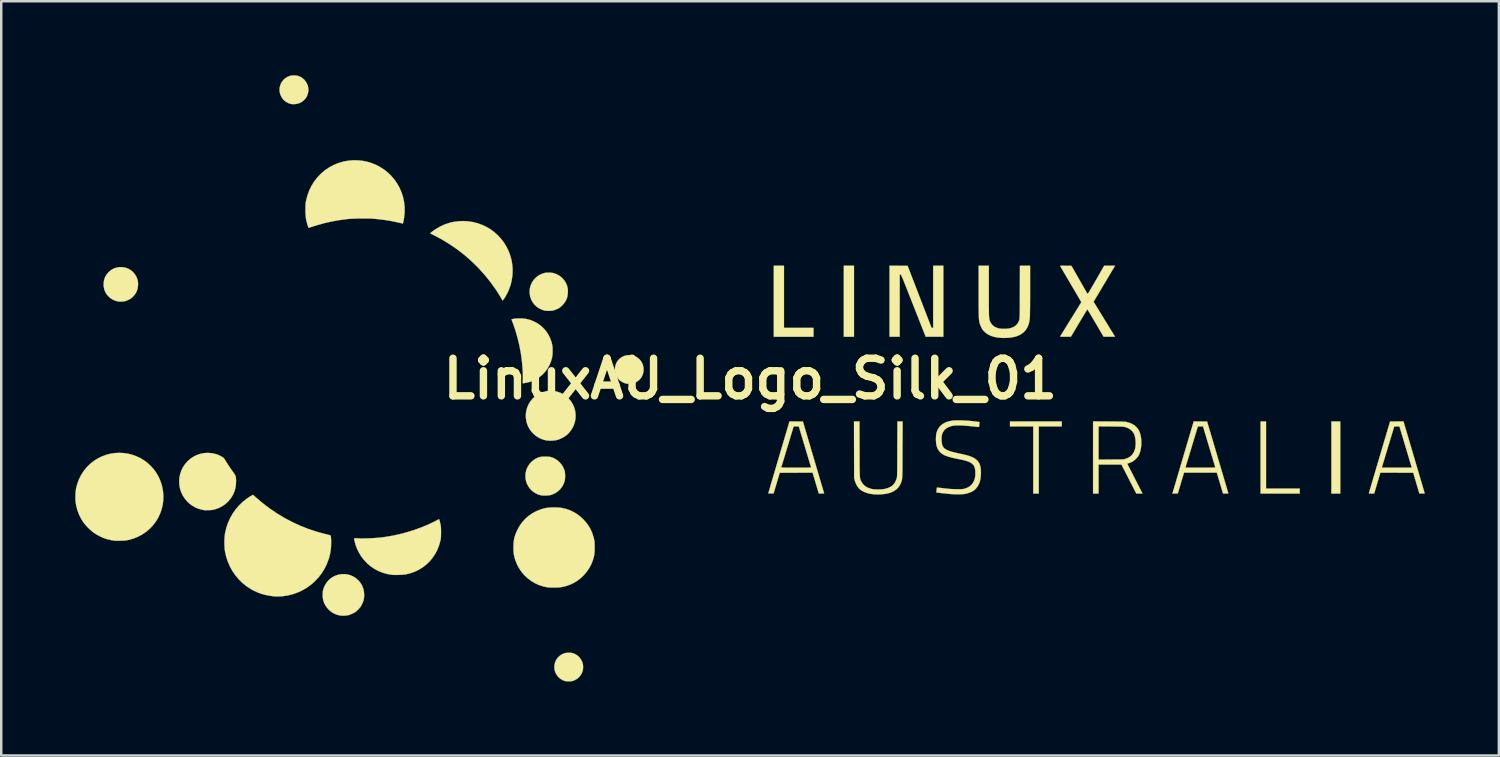
<source format=kicad_pcb>
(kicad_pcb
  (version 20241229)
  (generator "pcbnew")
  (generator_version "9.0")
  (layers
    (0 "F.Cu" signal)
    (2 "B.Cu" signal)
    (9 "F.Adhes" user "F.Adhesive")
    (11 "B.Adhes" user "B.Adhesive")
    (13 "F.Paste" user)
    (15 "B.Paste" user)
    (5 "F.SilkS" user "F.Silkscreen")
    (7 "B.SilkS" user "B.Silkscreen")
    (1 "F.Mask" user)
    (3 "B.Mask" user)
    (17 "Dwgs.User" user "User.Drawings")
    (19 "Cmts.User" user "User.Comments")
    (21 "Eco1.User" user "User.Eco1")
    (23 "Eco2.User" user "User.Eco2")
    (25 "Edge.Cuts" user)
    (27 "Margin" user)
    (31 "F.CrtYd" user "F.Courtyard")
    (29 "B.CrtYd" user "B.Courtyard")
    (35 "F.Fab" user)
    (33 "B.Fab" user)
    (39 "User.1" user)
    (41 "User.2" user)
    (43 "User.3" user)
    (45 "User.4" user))
  (footprint "LinuxAU_Logo_Silk_01"
    (layer "F.Cu")
    (at 27.352 12.301)
    (property "Reference" "LinuxAU_Logo_Silk_01" (at 0 0 0) (layer "F.SilkS") (effects (font (size 1.524 1.524) (thickness 0.3))))
    (attr through_hole)
    (fp_poly (pts (xy 4.203 -1.705) (xy 3.79 -1.705) (xy 3.79 -4.584) (xy 4.203 -4.584) (xy 4.203 -1.705)) (stroke (width 0.01) (type solid)) (fill yes) (layer "F.SilkS"))
    (fp_poly (pts (xy 23.907 4.648) (xy 23.547 4.648) (xy 23.547 1.726) (xy 23.907 1.726) (xy 23.907 4.648)) (stroke (width 0.01) (type solid)) (fill yes) (layer "F.SilkS"))
    (fp_poly (pts (xy 1.366 -2.065) (xy 2.562 -2.065) (xy 2.562 -1.705) (xy 0.953 -1.705) (xy 0.953 -4.584) (xy 1.366 -4.584) (xy 1.366 -2.065)) (stroke (width 0.01) (type solid)) (fill yes) (layer "F.SilkS"))
    (fp_poly (pts (xy 20.9 4.447) (xy 22.266 4.447) (xy 22.266 4.648) (xy 20.678 4.648) (xy 20.678 1.726) (xy 20.9 1.726) (xy 20.9 4.447)) (stroke (width 0.01) (type solid)) (fill yes) (layer "F.SilkS"))
    (fp_poly (pts (xy 12.621 1.927) (xy 11.689 1.927) (xy 11.689 4.648) (xy 11.467 4.648) (xy 11.467 1.927) (xy 10.524 1.927) (xy 10.524 1.726) (xy 12.621 1.726) (xy 12.621 1.927)) (stroke (width 0.01) (type solid)) (fill yes) (layer "F.SilkS"))
    (fp_poly (pts (xy 6.376 -4.579) (xy 6.86 -3.325) (xy 7.344 -2.07) (xy 7.378 -2.067) (xy 7.411 -2.063) (xy 7.411 -4.584) (xy 7.824 -4.584) (xy 7.824 -1.705) (xy 7.109 -1.705) (xy 6.612 -2.965) (xy 6.54 -3.148) (xy 6.475 -3.312) (xy 6.417 -3.459) (xy 6.366 -3.59) (xy 6.32 -3.704) (xy 6.281 -3.804) (xy 6.246 -3.89) (xy 6.217 -3.964) (xy 6.191 -4.026) (xy 6.17 -4.077) (xy 6.152 -4.118) (xy 6.138 -4.151) (xy 6.126 -4.177) (xy 6.116 -4.195) (xy 6.109 -4.208) (xy 6.103 -4.217) (xy 6.097 -4.222) (xy 6.093 -4.224) (xy 6.088 -4.224) (xy 6.086 -4.225) (xy 6.056 -4.225) (xy 6.056 -1.705) (xy 5.643 -1.705) (xy 5.643 -4.585) (xy 6.376 -4.579)) (stroke (width 0.01) (type solid)) (fill yes) (layer "F.SilkS"))
    (fp_poly (pts (xy -4.805 -0.954) (xy -4.701 -0.927) (xy -4.626 -0.894) (xy -4.538 -0.836) (xy -4.464 -0.764) (xy -4.404 -0.682) (xy -4.36 -0.59) (xy -4.333 -0.493) (xy -4.322 -0.392) (xy -4.328 -0.289) (xy -4.352 -0.188) (xy -4.394 -0.091) (xy -4.419 -0.05) (xy -4.484 0.029) (xy -4.563 0.096) (xy -4.653 0.15) (xy -4.749 0.185) (xy -4.749 0.185) (xy -4.807 0.195) (xy -4.876 0.2) (xy -4.948 0.199) (xy -5.014 0.193) (xy -5.069 0.182) (xy -5.072 0.181) (xy -5.176 0.137) (xy -5.269 0.078) (xy -5.347 0.004) (xy -5.396 -0.06) (xy -5.443 -0.151) (xy -5.472 -0.252) (xy -5.485 -0.357) (xy -5.48 -0.462) (xy -5.458 -0.564) (xy -5.42 -0.656) (xy -5.361 -0.746) (xy -5.288 -0.822) (xy -5.204 -0.882) (xy -5.111 -0.926) (xy -5.012 -0.953) (xy -4.909 -0.963) (xy -4.805 -0.954)) (stroke (width 0.01) (type solid)) (fill yes) (layer "F.SilkS"))
    (fp_poly (pts (xy -7.235 11.106) (xy -7.21 11.112) (xy -7.107 11.149) (xy -7.015 11.204) (xy -6.934 11.275) (xy -6.867 11.36) (xy -6.815 11.457) (xy -6.792 11.524) (xy -6.78 11.583) (xy -6.774 11.654) (xy -6.775 11.728) (xy -6.782 11.795) (xy -6.787 11.817) (xy -6.821 11.916) (xy -6.873 12.008) (xy -6.94 12.089) (xy -7.021 12.157) (xy -7.113 12.211) (xy -7.207 12.245) (xy -7.26 12.254) (xy -7.324 12.259) (xy -7.393 12.259) (xy -7.457 12.254) (xy -7.509 12.245) (xy -7.511 12.244) (xy -7.61 12.207) (xy -7.7 12.151) (xy -7.78 12.08) (xy -7.846 11.997) (xy -7.896 11.903) (xy -7.925 11.815) (xy -7.94 11.706) (xy -7.935 11.6) (xy -7.912 11.497) (xy -7.871 11.401) (xy -7.813 11.314) (xy -7.74 11.238) (xy -7.654 11.175) (xy -7.562 11.131) (xy -7.488 11.11) (xy -7.403 11.099) (xy -7.316 11.097) (xy -7.235 11.106)) (stroke (width 0.01) (type solid)) (fill yes) (layer "F.SilkS"))
    (fp_poly (pts (xy -18.431 -12.293) (xy -18.359 -12.284) (xy -18.333 -12.277) (xy -18.23 -12.237) (xy -18.139 -12.18) (xy -18.06 -12.108) (xy -17.996 -12.023) (xy -17.947 -11.929) (xy -17.916 -11.826) (xy -17.904 -11.717) (xy -17.904 -11.709) (xy -17.909 -11.648) (xy -17.923 -11.579) (xy -17.943 -11.509) (xy -17.967 -11.447) (xy -17.975 -11.432) (xy -17.998 -11.396) (xy -18.029 -11.354) (xy -18.06 -11.317) (xy -18.142 -11.243) (xy -18.231 -11.188) (xy -18.329 -11.152) (xy -18.437 -11.134) (xy -18.465 -11.132) (xy -18.515 -11.132) (xy -18.561 -11.133) (xy -18.598 -11.136) (xy -18.608 -11.138) (xy -18.71 -11.17) (xy -18.806 -11.22) (xy -18.891 -11.285) (xy -18.935 -11.33) (xy -18.976 -11.387) (xy -19.014 -11.457) (xy -19.045 -11.533) (xy -19.066 -11.605) (xy -19.069 -11.624) (xy -19.076 -11.733) (xy -19.062 -11.839) (xy -19.031 -11.939) (xy -18.982 -12.031) (xy -18.918 -12.113) (xy -18.839 -12.183) (xy -18.748 -12.239) (xy -18.65 -12.277) (xy -18.585 -12.29) (xy -18.509 -12.296) (xy -18.431 -12.293)) (stroke (width 0.01) (type solid)) (fill yes) (layer "F.SilkS"))
    (fp_poly (pts (xy -25.43 -4.526) (xy -25.317 -4.504) (xy -25.21 -4.464) (xy -25.111 -4.408) (xy -25.022 -4.337) (xy -24.946 -4.252) (xy -24.885 -4.155) (xy -24.839 -4.048) (xy -24.822 -3.986) (xy -24.812 -3.927) (xy -24.808 -3.866) (xy -24.809 -3.792) (xy -24.809 -3.792) (xy -24.823 -3.676) (xy -24.852 -3.571) (xy -24.899 -3.475) (xy -24.965 -3.383) (xy -25.016 -3.328) (xy -25.064 -3.283) (xy -25.108 -3.25) (xy -25.158 -3.221) (xy -25.191 -3.204) (xy -25.238 -3.183) (xy -25.284 -3.164) (xy -25.322 -3.151) (xy -25.336 -3.147) (xy -25.401 -3.136) (xy -25.475 -3.13) (xy -25.549 -3.13) (xy -25.609 -3.135) (xy -25.726 -3.163) (xy -25.836 -3.211) (xy -25.938 -3.277) (xy -26.003 -3.336) (xy -26.08 -3.425) (xy -26.138 -3.521) (xy -26.177 -3.625) (xy -26.198 -3.739) (xy -26.202 -3.792) (xy -26.199 -3.917) (xy -26.177 -4.032) (xy -26.137 -4.138) (xy -26.077 -4.236) (xy -26.004 -4.32) (xy -25.912 -4.4) (xy -25.812 -4.461) (xy -25.703 -4.502) (xy -25.584 -4.525) (xy -25.548 -4.528) (xy -25.43 -4.526)) (stroke (width 0.01) (type solid)) (fill yes) (layer "F.SilkS"))
    (fp_poly (pts (xy -7.956 0.496) (xy -7.861 0.511) (xy -7.83 0.519) (xy -7.694 0.565) (xy -7.567 0.63) (xy -7.452 0.711) (xy -7.348 0.808) (xy -7.259 0.919) (xy -7.185 1.041) (xy -7.13 1.174) (xy -7.093 1.312) (xy -7.077 1.452) (xy -7.08 1.592) (xy -7.103 1.73) (xy -7.144 1.863) (xy -7.203 1.989) (xy -7.279 2.107) (xy -7.372 2.215) (xy -7.459 2.293) (xy -7.526 2.34) (xy -7.607 2.386) (xy -7.693 2.428) (xy -7.778 2.462) (xy -7.83 2.478) (xy -7.9 2.492) (xy -7.983 2.501) (xy -8.072 2.506) (xy -8.159 2.505) (xy -8.237 2.499) (xy -8.27 2.494) (xy -8.409 2.457) (xy -8.54 2.402) (xy -8.66 2.33) (xy -8.769 2.244) (xy -8.865 2.143) (xy -8.947 2.03) (xy -9.012 1.907) (xy -9.059 1.775) (xy -9.075 1.71) (xy -9.094 1.566) (xy -9.094 1.424) (xy -9.075 1.287) (xy -9.037 1.155) (xy -8.983 1.031) (xy -8.912 0.915) (xy -8.827 0.81) (xy -8.728 0.717) (xy -8.617 0.638) (xy -8.493 0.573) (xy -8.359 0.525) (xy -8.255 0.502) (xy -8.162 0.491) (xy -8.06 0.49) (xy -7.956 0.496)) (stroke (width 0.01) (type solid)) (fill yes) (layer "F.SilkS"))
    (fp_poly (pts (xy -8.217 3.152) (xy -8.142 3.159) (xy -8.077 3.171) (xy -8.014 3.191) (xy -7.949 3.22) (xy -7.931 3.229) (xy -7.827 3.293) (xy -7.734 3.374) (xy -7.652 3.468) (xy -7.586 3.574) (xy -7.536 3.689) (xy -7.521 3.737) (xy -7.51 3.795) (xy -7.504 3.866) (xy -7.502 3.944) (xy -7.505 4.022) (xy -7.512 4.091) (xy -7.521 4.14) (xy -7.565 4.262) (xy -7.626 4.374) (xy -7.704 4.474) (xy -7.797 4.56) (xy -7.903 4.632) (xy -8.022 4.687) (xy -8.063 4.701) (xy -8.118 4.714) (xy -8.187 4.723) (xy -8.264 4.729) (xy -8.342 4.73) (xy -8.415 4.727) (xy -8.476 4.72) (xy -8.488 4.718) (xy -8.612 4.679) (xy -8.726 4.622) (xy -8.83 4.549) (xy -8.92 4.46) (xy -8.983 4.375) (xy -9.044 4.262) (xy -9.086 4.144) (xy -9.108 4.024) (xy -9.112 3.904) (xy -9.098 3.785) (xy -9.066 3.67) (xy -9.017 3.561) (xy -8.952 3.459) (xy -8.871 3.367) (xy -8.775 3.287) (xy -8.693 3.236) (xy -8.626 3.203) (xy -8.563 3.179) (xy -8.499 3.163) (xy -8.427 3.154) (xy -8.343 3.15) (xy -8.306 3.15) (xy -8.217 3.152)) (stroke (width 0.01) (type solid)) (fill yes) (layer "F.SilkS"))
    (fp_poly (pts (xy -8.088 -4.301) (xy -8.015 -4.293) (xy -7.949 -4.278) (xy -7.882 -4.254) (xy -7.819 -4.226) (xy -7.712 -4.163) (xy -7.617 -4.084) (xy -7.535 -3.989) (xy -7.469 -3.879) (xy -7.464 -3.87) (xy -7.43 -3.792) (xy -7.408 -3.716) (xy -7.395 -3.636) (xy -7.39 -3.545) (xy -7.39 -3.53) (xy -7.398 -3.405) (xy -7.422 -3.291) (xy -7.463 -3.187) (xy -7.523 -3.089) (xy -7.602 -2.995) (xy -7.618 -2.979) (xy -7.664 -2.935) (xy -7.701 -2.902) (xy -7.737 -2.876) (xy -7.776 -2.854) (xy -7.815 -2.834) (xy -7.867 -2.811) (xy -7.922 -2.79) (xy -7.972 -2.774) (xy -7.991 -2.77) (xy -8.059 -2.759) (xy -8.14 -2.755) (xy -8.223 -2.755) (xy -8.301 -2.762) (xy -8.343 -2.769) (xy -8.402 -2.787) (xy -8.47 -2.814) (xy -8.54 -2.849) (xy -8.605 -2.887) (xy -8.658 -2.925) (xy -8.659 -2.926) (xy -8.749 -3.013) (xy -8.822 -3.111) (xy -8.878 -3.217) (xy -8.917 -3.329) (xy -8.938 -3.445) (xy -8.942 -3.562) (xy -8.928 -3.679) (xy -8.896 -3.793) (xy -8.847 -3.902) (xy -8.779 -4.004) (xy -8.719 -4.072) (xy -8.643 -4.141) (xy -8.566 -4.196) (xy -8.481 -4.239) (xy -8.402 -4.27) (xy -8.359 -4.284) (xy -8.323 -4.293) (xy -8.287 -4.299) (xy -8.246 -4.302) (xy -8.192 -4.303) (xy -8.174 -4.303) (xy -8.088 -4.301)) (stroke (width 0.01) (type solid)) (fill yes) (layer "F.SilkS"))
    (fp_poly (pts (xy -16.328 7.925) (xy -16.21 7.956) (xy -16.098 8.004) (xy -15.991 8.07) (xy -15.892 8.154) (xy -15.886 8.159) (xy -15.8 8.261) (xy -15.732 8.371) (xy -15.684 8.49) (xy -15.655 8.618) (xy -15.646 8.754) (xy -15.646 8.756) (xy -15.649 8.844) (xy -15.658 8.92) (xy -15.676 8.993) (xy -15.705 9.069) (xy -15.736 9.137) (xy -15.761 9.186) (xy -15.784 9.226) (xy -15.808 9.26) (xy -15.839 9.296) (xy -15.881 9.339) (xy -15.892 9.35) (xy -15.937 9.394) (xy -15.973 9.427) (xy -16.006 9.452) (xy -16.042 9.474) (xy -16.087 9.497) (xy -16.104 9.506) (xy -16.157 9.529) (xy -16.21 9.551) (xy -16.258 9.568) (xy -16.284 9.575) (xy -16.361 9.589) (xy -16.448 9.596) (xy -16.534 9.597) (xy -16.605 9.592) (xy -16.732 9.564) (xy -16.851 9.517) (xy -16.963 9.453) (xy -17.063 9.372) (xy -17.15 9.278) (xy -17.222 9.171) (xy -17.247 9.123) (xy -17.28 9.047) (xy -17.303 8.977) (xy -17.317 8.907) (xy -17.325 8.829) (xy -17.326 8.751) (xy -17.324 8.666) (xy -17.317 8.596) (xy -17.303 8.532) (xy -17.281 8.467) (xy -17.25 8.396) (xy -17.242 8.38) (xy -17.177 8.269) (xy -17.098 8.172) (xy -17.007 8.089) (xy -16.907 8.022) (xy -16.798 7.971) (xy -16.684 7.935) (xy -16.566 7.915) (xy -16.447 7.912) (xy -16.328 7.925)) (stroke (width 0.01) (type solid)) (fill yes) (layer "F.SilkS"))
    (fp_poly (pts (xy -9.24 -2.445) (xy -9.151 -2.438) (xy -9.074 -2.427) (xy -9.066 -2.425) (xy -8.903 -2.382) (xy -8.751 -2.319) (xy -8.609 -2.24) (xy -8.479 -2.145) (xy -8.362 -2.035) (xy -8.259 -1.912) (xy -8.172 -1.776) (xy -8.101 -1.628) (xy -8.047 -1.47) (xy -8.024 -1.371) (xy -8.016 -1.31) (xy -8.011 -1.235) (xy -8.009 -1.15) (xy -8.011 -1.063) (xy -8.016 -0.979) (xy -8.024 -0.905) (xy -8.033 -0.852) (xy -8.081 -0.69) (xy -8.147 -0.538) (xy -8.229 -0.397) (xy -8.327 -0.269) (xy -8.439 -0.154) (xy -8.565 -0.054) (xy -8.703 0.029) (xy -8.853 0.096) (xy -8.912 0.117) (xy -8.956 0.129) (xy -9.009 0.143) (xy -9.066 0.155) (xy -9.122 0.167) (xy -9.17 0.175) (xy -9.206 0.18) (xy -9.215 0.18) (xy -9.217 0.17) (xy -9.219 0.143) (xy -9.218 0.103) (xy -9.217 0.053) (xy -9.216 0.045) (xy -9.214 -0.057) (xy -9.215 -0.176) (xy -9.221 -0.308) (xy -9.23 -0.45) (xy -9.242 -0.597) (xy -9.258 -0.746) (xy -9.276 -0.893) (xy -9.297 -1.035) (xy -9.307 -1.096) (xy -9.349 -1.319) (xy -9.402 -1.547) (xy -9.462 -1.777) (xy -9.529 -2) (xy -9.602 -2.212) (xy -9.644 -2.323) (xy -9.658 -2.362) (xy -9.669 -2.392) (xy -9.673 -2.409) (xy -9.673 -2.411) (xy -9.662 -2.415) (xy -9.635 -2.421) (xy -9.598 -2.429) (xy -9.586 -2.431) (xy -9.514 -2.441) (xy -9.429 -2.447) (xy -9.335 -2.448) (xy -9.24 -2.445)) (stroke (width 0.01) (type solid)) (fill yes) (layer "F.SilkS"))
    (fp_poly (pts (xy -11.434 -6.383) (xy -11.244 -6.354) (xy -11.057 -6.307) (xy -10.875 -6.243) (xy -10.7 -6.161) (xy -10.532 -6.063) (xy -10.374 -5.947) (xy -10.226 -5.814) (xy -10.104 -5.682) (xy -9.98 -5.518) (xy -9.874 -5.345) (xy -9.787 -5.163) (xy -9.719 -4.975) (xy -9.669 -4.783) (xy -9.639 -4.586) (xy -9.629 -4.387) (xy -9.638 -4.188) (xy -9.667 -3.989) (xy -9.716 -3.792) (xy -9.783 -3.605) (xy -9.809 -3.547) (xy -9.839 -3.485) (xy -9.872 -3.422) (xy -9.907 -3.36) (xy -9.94 -3.303) (xy -9.972 -3.253) (xy -10 -3.214) (xy -10.022 -3.187) (xy -10.036 -3.176) (xy -10.037 -3.176) (xy -10.047 -3.183) (xy -10.048 -3.186) (xy -10.053 -3.199) (xy -10.068 -3.227) (xy -10.092 -3.267) (xy -10.121 -3.317) (xy -10.155 -3.373) (xy -10.192 -3.432) (xy -10.229 -3.492) (xy -10.266 -3.55) (xy -10.301 -3.603) (xy -10.32 -3.632) (xy -10.54 -3.937) (xy -10.776 -4.227) (xy -11.027 -4.504) (xy -11.293 -4.765) (xy -11.551 -4.993) (xy -11.732 -5.138) (xy -11.927 -5.282) (xy -12.131 -5.421) (xy -12.339 -5.554) (xy -12.547 -5.676) (xy -12.75 -5.784) (xy -12.813 -5.816) (xy -12.865 -5.842) (xy -12.91 -5.865) (xy -12.943 -5.883) (xy -12.963 -5.895) (xy -12.967 -5.899) (xy -12.956 -5.911) (xy -12.932 -5.933) (xy -12.896 -5.961) (xy -12.852 -5.994) (xy -12.803 -6.029) (xy -12.753 -6.063) (xy -12.74 -6.071) (xy -12.567 -6.172) (xy -12.386 -6.255) (xy -12.201 -6.318) (xy -12.011 -6.362) (xy -11.82 -6.387) (xy -11.627 -6.394) (xy -11.434 -6.383)) (stroke (width 0.01) (type solid)) (fill yes) (layer "F.SilkS"))
    (fp_poly (pts (xy -21.832 3.011) (xy -21.681 3.043) (xy -21.614 3.063) (xy -21.567 3.08) (xy -21.527 3.097) (xy -21.486 3.116) (xy -21.44 3.141) (xy -21.4 3.164) (xy -21.366 3.185) (xy -21.341 3.205) (xy -21.319 3.23) (xy -21.295 3.266) (xy -21.279 3.293) (xy -21.231 3.37) (xy -21.176 3.457) (xy -21.116 3.547) (xy -21.057 3.636) (xy -21 3.717) (xy -20.951 3.785) (xy -20.947 3.79) (xy -20.909 3.844) (xy -20.88 3.89) (xy -20.86 3.934) (xy -20.848 3.98) (xy -20.841 4.033) (xy -20.837 4.099) (xy -20.837 4.157) (xy -20.843 4.295) (xy -20.862 4.422) (xy -20.895 4.542) (xy -20.945 4.661) (xy -20.97 4.712) (xy -21.051 4.842) (xy -21.148 4.96) (xy -21.259 5.064) (xy -21.383 5.153) (xy -21.518 5.225) (xy -21.662 5.279) (xy -21.703 5.29) (xy -21.755 5.303) (xy -21.806 5.311) (xy -21.861 5.317) (xy -21.928 5.32) (xy -21.959 5.321) (xy -22.015 5.322) (xy -22.066 5.322) (xy -22.105 5.322) (xy -22.13 5.32) (xy -22.134 5.32) (xy -22.156 5.315) (xy -22.19 5.308) (xy -22.213 5.304) (xy -22.353 5.266) (xy -22.489 5.21) (xy -22.618 5.135) (xy -22.738 5.045) (xy -22.816 4.97) (xy -22.916 4.851) (xy -22.998 4.724) (xy -23.061 4.589) (xy -23.107 4.449) (xy -23.134 4.306) (xy -23.142 4.16) (xy -23.133 4.015) (xy -23.105 3.872) (xy -23.06 3.732) (xy -22.996 3.598) (xy -22.914 3.471) (xy -22.814 3.352) (xy -22.8 3.339) (xy -22.683 3.236) (xy -22.556 3.151) (xy -22.421 3.085) (xy -22.279 3.037) (xy -22.133 3.009) (xy -21.983 3) (xy -21.832 3.011)) (stroke (width 0.01) (type solid)) (fill yes) (layer "F.SilkS"))
    (fp_poly (pts (xy -12.6 5.71) (xy -12.594 5.73) (xy -12.585 5.765) (xy -12.573 5.811) (xy -12.561 5.861) (xy -12.551 5.905) (xy -12.543 5.942) (xy -12.538 5.978) (xy -12.535 6.015) (xy -12.533 6.06) (xy -12.532 6.115) (xy -12.531 6.186) (xy -12.531 6.215) (xy -12.532 6.296) (xy -12.533 6.361) (xy -12.535 6.412) (xy -12.539 6.456) (xy -12.544 6.495) (xy -12.552 6.534) (xy -12.555 6.549) (xy -12.606 6.737) (xy -12.675 6.915) (xy -12.761 7.083) (xy -12.863 7.238) (xy -12.98 7.381) (xy -13.111 7.511) (xy -13.254 7.625) (xy -13.41 7.724) (xy -13.577 7.807) (xy -13.753 7.872) (xy -13.939 7.918) (xy -13.981 7.926) (xy -14.037 7.933) (xy -14.109 7.939) (xy -14.19 7.943) (xy -14.276 7.946) (xy -14.359 7.947) (xy -14.435 7.946) (xy -14.499 7.943) (xy -14.52 7.941) (xy -14.709 7.909) (xy -14.892 7.857) (xy -15.066 7.787) (xy -15.23 7.7) (xy -15.384 7.596) (xy -15.525 7.476) (xy -15.654 7.34) (xy -15.767 7.191) (xy -15.865 7.028) (xy -15.876 7.009) (xy -15.936 6.88) (xy -15.986 6.749) (xy -16.023 6.621) (xy -16.034 6.573) (xy -16.045 6.522) (xy -16.05 6.488) (xy -16.047 6.468) (xy -16.034 6.458) (xy -16.006 6.456) (xy -15.962 6.459) (xy -15.927 6.462) (xy -15.814 6.467) (xy -15.685 6.468) (xy -15.544 6.466) (xy -15.395 6.46) (xy -15.242 6.452) (xy -15.089 6.44) (xy -14.94 6.425) (xy -14.801 6.407) (xy -14.786 6.405) (xy -14.493 6.356) (xy -14.197 6.291) (xy -13.903 6.213) (xy -13.612 6.122) (xy -13.329 6.02) (xy -13.058 5.908) (xy -12.802 5.786) (xy -12.718 5.742) (xy -12.61 5.684) (xy -12.6 5.71)) (stroke (width 0.01) (type solid)) (fill yes) (layer "F.SilkS"))
    (fp_poly (pts (xy -20.034 4.803) (xy -19.763 5.034) (xy -19.479 5.25) (xy -19.183 5.451) (xy -18.876 5.636) (xy -18.561 5.803) (xy -18.238 5.952) (xy -17.909 6.082) (xy -17.576 6.193) (xy -17.256 6.279) (xy -17.189 6.296) (xy -17.129 6.311) (xy -17.078 6.324) (xy -17.04 6.334) (xy -17.018 6.34) (xy -17.015 6.342) (xy -17.005 6.352) (xy -16.997 6.374) (xy -16.992 6.409) (xy -16.988 6.46) (xy -16.985 6.527) (xy -16.984 6.613) (xy -16.984 6.628) (xy -16.987 6.793) (xy -17.001 6.946) (xy -17.027 7.093) (xy -17.064 7.239) (xy -17.09 7.321) (xy -17.166 7.52) (xy -17.261 7.709) (xy -17.372 7.885) (xy -17.499 8.049) (xy -17.64 8.2) (xy -17.794 8.336) (xy -17.96 8.457) (xy -18.138 8.563) (xy -18.326 8.651) (xy -18.523 8.722) (xy -18.728 8.774) (xy -18.94 8.807) (xy -18.951 8.808) (xy -19.012 8.813) (xy -19.083 8.816) (xy -19.156 8.818) (xy -19.224 8.817) (xy -19.282 8.815) (xy -19.307 8.813) (xy -19.495 8.786) (xy -19.667 8.751) (xy -19.827 8.706) (xy -19.978 8.649) (xy -20.126 8.581) (xy -20.239 8.518) (xy -20.416 8.402) (xy -20.579 8.27) (xy -20.729 8.123) (xy -20.864 7.962) (xy -20.982 7.79) (xy -21.085 7.606) (xy -21.169 7.412) (xy -21.236 7.21) (xy -21.283 7.004) (xy -21.297 6.902) (xy -21.305 6.787) (xy -21.309 6.663) (xy -21.308 6.538) (xy -21.301 6.418) (xy -21.29 6.309) (xy -21.283 6.263) (xy -21.235 6.051) (xy -21.167 5.847) (xy -21.082 5.653) (xy -20.978 5.469) (xy -20.858 5.296) (xy -20.721 5.135) (xy -20.569 4.988) (xy -20.401 4.855) (xy -20.327 4.804) (xy -20.283 4.776) (xy -20.24 4.75) (xy -20.205 4.73) (xy -20.193 4.723) (xy -20.148 4.7) (xy -20.034 4.803)) (stroke (width 0.01) (type solid)) (fill yes) (layer "F.SilkS"))
    (fp_poly (pts (xy -25.387 3.008) (xy -25.205 3.035) (xy -25.027 3.082) (xy -24.852 3.147) (xy -24.682 3.231) (xy -24.521 3.333) (xy -24.448 3.39) (xy -24.369 3.46) (xy -24.289 3.537) (xy -24.214 3.617) (xy -24.148 3.695) (xy -24.116 3.738) (xy -24.012 3.902) (xy -23.926 4.076) (xy -23.86 4.258) (xy -23.834 4.352) (xy -23.798 4.545) (xy -23.782 4.738) (xy -23.787 4.93) (xy -23.813 5.12) (xy -23.859 5.308) (xy -23.912 5.456) (xy -23.993 5.63) (xy -24.092 5.791) (xy -24.207 5.941) (xy -24.336 6.077) (xy -24.48 6.198) (xy -24.636 6.304) (xy -24.804 6.395) (xy -24.983 6.468) (xy -25.172 6.523) (xy -25.216 6.533) (xy -25.265 6.542) (xy -25.318 6.549) (xy -25.377 6.554) (xy -25.449 6.557) (xy -25.522 6.559) (xy -25.588 6.56) (xy -25.648 6.56) (xy -25.7 6.56) (xy -25.739 6.559) (xy -25.76 6.558) (xy -25.828 6.548) (xy -25.906 6.533) (xy -25.987 6.515) (xy -26.062 6.497) (xy -26.123 6.479) (xy -26.214 6.445) (xy -26.315 6.401) (xy -26.417 6.348) (xy -26.515 6.293) (xy -26.601 6.236) (xy -26.628 6.217) (xy -26.703 6.156) (xy -26.782 6.084) (xy -26.861 6.006) (xy -26.934 5.926) (xy -26.997 5.85) (xy -27.023 5.815) (xy -27.117 5.667) (xy -27.197 5.505) (xy -27.262 5.335) (xy -27.31 5.16) (xy -27.338 4.995) (xy -27.344 4.913) (xy -27.347 4.818) (xy -27.345 4.717) (xy -27.34 4.617) (xy -27.331 4.523) (xy -27.319 4.443) (xy -27.317 4.432) (xy -27.268 4.246) (xy -27.2 4.066) (xy -27.113 3.894) (xy -27.009 3.732) (xy -26.888 3.583) (xy -26.881 3.575) (xy -26.744 3.441) (xy -26.597 3.325) (xy -26.441 3.226) (xy -26.276 3.144) (xy -26.106 3.081) (xy -25.93 3.035) (xy -25.75 3.008) (xy -25.569 2.999) (xy -25.387 3.008)) (stroke (width 0.01) (type solid)) (fill yes) (layer "F.SilkS"))
    (fp_poly (pts (xy -7.867 5.211) (xy -7.772 5.215) (xy -7.688 5.223) (xy -7.65 5.229) (xy -7.471 5.269) (xy -7.303 5.326) (xy -7.146 5.402) (xy -6.996 5.496) (xy -6.854 5.61) (xy -6.775 5.685) (xy -6.658 5.813) (xy -6.559 5.945) (xy -6.477 6.083) (xy -6.41 6.232) (xy -6.357 6.394) (xy -6.329 6.503) (xy -6.321 6.544) (xy -6.315 6.581) (xy -6.31 6.62) (xy -6.307 6.665) (xy -6.306 6.72) (xy -6.305 6.789) (xy -6.305 6.834) (xy -6.306 6.936) (xy -6.31 7.022) (xy -6.317 7.098) (xy -6.329 7.169) (xy -6.346 7.24) (xy -6.368 7.318) (xy -6.381 7.357) (xy -6.443 7.515) (xy -6.525 7.668) (xy -6.624 7.813) (xy -6.738 7.948) (xy -6.864 8.07) (xy -7.003 8.178) (xy -7.132 8.258) (xy -7.276 8.329) (xy -7.431 8.386) (xy -7.588 8.429) (xy -7.701 8.448) (xy -7.747 8.453) (xy -7.808 8.456) (xy -7.88 8.457) (xy -7.957 8.458) (xy -8.034 8.457) (xy -8.105 8.455) (xy -8.166 8.452) (xy -8.211 8.448) (xy -8.212 8.448) (xy -8.389 8.412) (xy -8.559 8.357) (xy -8.721 8.283) (xy -8.874 8.193) (xy -9.016 8.086) (xy -9.146 7.966) (xy -9.262 7.831) (xy -9.364 7.684) (xy -9.449 7.527) (xy -9.516 7.359) (xy -9.522 7.34) (xy -9.549 7.254) (xy -9.568 7.177) (xy -9.582 7.103) (xy -9.591 7.027) (xy -9.595 6.941) (xy -9.597 6.841) (xy -9.597 6.824) (xy -9.593 6.69) (xy -9.582 6.571) (xy -9.563 6.461) (xy -9.533 6.354) (xy -9.492 6.244) (xy -9.439 6.125) (xy -9.428 6.104) (xy -9.338 5.944) (xy -9.231 5.797) (xy -9.11 5.665) (xy -8.974 5.547) (xy -8.825 5.445) (xy -8.663 5.359) (xy -8.49 5.289) (xy -8.317 5.24) (xy -8.248 5.228) (xy -8.163 5.219) (xy -8.067 5.213) (xy -7.967 5.21) (xy -7.867 5.211)) (stroke (width 0.01) (type solid)) (fill yes) (layer "F.SilkS"))
    (fp_poly (pts (xy -15.903 -8.855) (xy -15.702 -8.834) (xy -15.503 -8.792) (xy -15.379 -8.755) (xy -15.186 -8.68) (xy -15.004 -8.587) (xy -14.834 -8.477) (xy -14.677 -8.351) (xy -14.533 -8.209) (xy -14.403 -8.052) (xy -14.289 -7.882) (xy -14.209 -7.734) (xy -14.128 -7.547) (xy -14.067 -7.353) (xy -14.026 -7.154) (xy -14.005 -6.952) (xy -14.005 -6.747) (xy -14.026 -6.54) (xy -14.045 -6.429) (xy -14.055 -6.379) (xy -14.064 -6.337) (xy -14.071 -6.307) (xy -14.074 -6.294) (xy -14.074 -6.293) (xy -14.085 -6.295) (xy -14.112 -6.301) (xy -14.153 -6.31) (xy -14.203 -6.321) (xy -14.23 -6.327) (xy -14.541 -6.393) (xy -14.857 -6.444) (xy -15.171 -6.48) (xy -15.304 -6.491) (xy -15.38 -6.495) (xy -15.473 -6.498) (xy -15.578 -6.499) (xy -15.69 -6.499) (xy -15.807 -6.498) (xy -15.923 -6.496) (xy -16.035 -6.492) (xy -16.139 -6.488) (xy -16.23 -6.483) (xy -16.305 -6.477) (xy -16.316 -6.475) (xy -16.647 -6.432) (xy -16.965 -6.376) (xy -17.275 -6.305) (xy -17.581 -6.219) (xy -17.696 -6.183) (xy -17.757 -6.163) (xy -17.81 -6.146) (xy -17.853 -6.133) (xy -17.883 -6.123) (xy -17.896 -6.12) (xy -17.896 -6.12) (xy -17.902 -6.129) (xy -17.912 -6.154) (xy -17.925 -6.189) (xy -17.929 -6.202) (xy -17.96 -6.301) (xy -17.983 -6.39) (xy -18.001 -6.475) (xy -18.013 -6.562) (xy -18.021 -6.655) (xy -18.024 -6.759) (xy -18.025 -6.856) (xy -18.025 -6.936) (xy -18.024 -7) (xy -18.022 -7.052) (xy -18.019 -7.095) (xy -18.015 -7.134) (xy -18.008 -7.173) (xy -18 -7.217) (xy -17.995 -7.237) (xy -17.942 -7.441) (xy -17.87 -7.636) (xy -17.78 -7.821) (xy -17.674 -7.994) (xy -17.55 -8.154) (xy -17.41 -8.302) (xy -17.255 -8.436) (xy -17.225 -8.459) (xy -17.056 -8.572) (xy -16.878 -8.667) (xy -16.692 -8.743) (xy -16.5 -8.8) (xy -16.303 -8.838) (xy -16.104 -8.856) (xy -15.903 -8.855)) (stroke (width 0.01) (type solid)) (fill yes) (layer "F.SilkS"))
    (fp_poly (pts (xy 26.479 1.76) (xy 26.484 1.777) (xy 26.494 1.812) (xy 26.51 1.864) (xy 26.53 1.932) (xy 26.554 2.015) (xy 26.583 2.11) (xy 26.614 2.217) (xy 26.649 2.335) (xy 26.686 2.46) (xy 26.725 2.594) (xy 26.766 2.733) (xy 26.809 2.876) (xy 26.852 3.022) (xy 26.896 3.17) (xy 26.939 3.319) (xy 26.983 3.466) (xy 27.025 3.61) (xy 27.067 3.75) (xy 27.106 3.885) (xy 27.144 4.013) (xy 27.179 4.132) (xy 27.212 4.242) (xy 27.241 4.341) (xy 27.266 4.427) (xy 27.287 4.499) (xy 27.303 4.555) (xy 27.315 4.595) (xy 27.321 4.616) (xy 27.322 4.619) (xy 27.329 4.649) (xy 27.221 4.646) (xy 27.112 4.643) (xy 26.988 4.225) (xy 26.864 3.806) (xy 25.532 3.801) (xy 25.422 4.174) (xy 25.396 4.262) (xy 25.372 4.344) (xy 25.349 4.42) (xy 25.33 4.486) (xy 25.314 4.54) (xy 25.303 4.578) (xy 25.297 4.598) (xy 25.282 4.648) (xy 25.173 4.648) (xy 25.123 4.648) (xy 25.092 4.646) (xy 25.075 4.643) (xy 25.068 4.638) (xy 25.068 4.63) (xy 25.068 4.629) (xy 25.072 4.617) (xy 25.081 4.586) (xy 25.095 4.537) (xy 25.115 4.471) (xy 25.139 4.389) (xy 25.168 4.293) (xy 25.2 4.183) (xy 25.236 4.061) (xy 25.275 3.928) (xy 25.317 3.786) (xy 25.362 3.634) (xy 25.372 3.6) (xy 25.59 3.6) (xy 26.806 3.6) (xy 26.77 3.481) (xy 26.761 3.45) (xy 26.747 3.402) (xy 26.727 3.337) (xy 26.703 3.258) (xy 26.676 3.166) (xy 26.646 3.064) (xy 26.613 2.954) (xy 26.578 2.838) (xy 26.542 2.717) (xy 26.52 2.644) (xy 26.305 1.927) (xy 26.2 1.929) (xy 26.094 1.932) (xy 25.848 2.742) (xy 25.81 2.869) (xy 25.773 2.99) (xy 25.738 3.105) (xy 25.707 3.21) (xy 25.678 3.306) (xy 25.652 3.389) (xy 25.631 3.459) (xy 25.615 3.514) (xy 25.603 3.553) (xy 25.597 3.573) (xy 25.596 3.576) (xy 25.59 3.6) (xy 25.372 3.6) (xy 25.409 3.475) (xy 25.458 3.31) (xy 25.499 3.171) (xy 25.925 1.731) (xy 26.196 1.728) (xy 26.468 1.725) (xy 26.479 1.76)) (stroke (width 0.01) (type solid)) (fill yes) (layer "F.SilkS"))
    (fp_poly (pts (xy 14.534 1.729) (xy 14.67 1.73) (xy 14.786 1.731) (xy 14.884 1.732) (xy 14.967 1.733) (xy 15.035 1.734) (xy 15.091 1.736) (xy 15.136 1.737) (xy 15.172 1.74) (xy 15.202 1.742) (xy 15.225 1.745) (xy 15.245 1.749) (xy 15.257 1.751) (xy 15.385 1.789) (xy 15.496 1.84) (xy 15.591 1.903) (xy 15.67 1.98) (xy 15.734 2.07) (xy 15.747 2.093) (xy 15.789 2.192) (xy 15.82 2.305) (xy 15.839 2.428) (xy 15.847 2.556) (xy 15.844 2.686) (xy 15.829 2.813) (xy 15.804 2.933) (xy 15.767 3.042) (xy 15.741 3.097) (xy 15.704 3.154) (xy 15.654 3.214) (xy 15.595 3.272) (xy 15.534 3.323) (xy 15.475 3.361) (xy 15.463 3.367) (xy 15.418 3.387) (xy 15.369 3.406) (xy 15.331 3.419) (xy 15.272 3.436) (xy 15.582 4.039) (xy 15.636 4.144) (xy 15.687 4.243) (xy 15.734 4.335) (xy 15.776 4.418) (xy 15.813 4.49) (xy 15.844 4.551) (xy 15.868 4.598) (xy 15.884 4.629) (xy 15.892 4.644) (xy 15.892 4.645) (xy 15.882 4.646) (xy 15.855 4.647) (xy 15.816 4.648) (xy 15.768 4.648) (xy 15.643 4.648) (xy 15.342 4.06) (xy 15.04 3.473) (xy 14.577 3.473) (xy 14.113 3.473) (xy 14.113 4.648) (xy 13.891 4.648) (xy 13.891 3.273) (xy 14.113 3.273) (xy 14.619 3.269) (xy 15.125 3.265) (xy 15.211 3.239) (xy 15.313 3.199) (xy 15.398 3.147) (xy 15.468 3.083) (xy 15.525 3.003) (xy 15.548 2.96) (xy 15.579 2.885) (xy 15.6 2.807) (xy 15.612 2.721) (xy 15.615 2.623) (xy 15.614 2.558) (xy 15.606 2.442) (xy 15.588 2.343) (xy 15.562 2.259) (xy 15.525 2.186) (xy 15.476 2.122) (xy 15.448 2.093) (xy 15.385 2.041) (xy 15.316 2) (xy 15.235 1.968) (xy 15.195 1.956) (xy 15.175 1.951) (xy 15.155 1.946) (xy 15.133 1.943) (xy 15.107 1.94) (xy 15.074 1.937) (xy 15.033 1.935) (xy 14.982 1.934) (xy 14.918 1.933) (xy 14.839 1.932) (xy 14.744 1.931) (xy 14.629 1.93) (xy 14.614 1.929) (xy 14.113 1.925) (xy 14.113 3.273) (xy 13.891 3.273) (xy 13.891 1.724) (xy 14.534 1.729)) (stroke (width 0.01) (type solid)) (fill yes) (layer "F.SilkS"))
    (fp_poly (pts (xy 4.428 2.851) (xy 4.429 3.034) (xy 4.429 3.197) (xy 4.43 3.341) (xy 4.43 3.468) (xy 4.431 3.579) (xy 4.432 3.675) (xy 4.433 3.758) (xy 4.435 3.828) (xy 4.437 3.888) (xy 4.44 3.938) (xy 4.443 3.979) (xy 4.447 4.013) (xy 4.452 4.042) (xy 4.457 4.066) (xy 4.464 4.086) (xy 4.471 4.105) (xy 4.48 4.123) (xy 4.49 4.141) (xy 4.501 4.161) (xy 4.506 4.172) (xy 4.558 4.254) (xy 4.623 4.322) (xy 4.701 4.379) (xy 4.795 4.424) (xy 4.907 4.459) (xy 4.913 4.46) (xy 4.981 4.473) (xy 5.065 4.48) (xy 5.157 4.484) (xy 5.252 4.482) (xy 5.343 4.476) (xy 5.425 4.466) (xy 5.453 4.46) (xy 5.571 4.427) (xy 5.672 4.382) (xy 5.757 4.324) (xy 5.827 4.253) (xy 5.882 4.167) (xy 5.923 4.066) (xy 5.932 4.037) (xy 5.935 4.024) (xy 5.939 4.011) (xy 5.942 3.996) (xy 5.944 3.98) (xy 5.946 3.959) (xy 5.948 3.934) (xy 5.95 3.903) (xy 5.951 3.864) (xy 5.953 3.816) (xy 5.954 3.758) (xy 5.955 3.689) (xy 5.955 3.608) (xy 5.956 3.512) (xy 5.956 3.402) (xy 5.957 3.274) (xy 5.957 3.13) (xy 5.958 2.966) (xy 5.958 2.84) (xy 5.962 1.726) (xy 6.173 1.726) (xy 6.17 2.867) (xy 6.169 3.05) (xy 6.169 3.214) (xy 6.168 3.359) (xy 6.167 3.487) (xy 6.167 3.599) (xy 6.166 3.696) (xy 6.164 3.78) (xy 6.163 3.851) (xy 6.161 3.912) (xy 6.159 3.964) (xy 6.156 4.007) (xy 6.152 4.043) (xy 6.148 4.074) (xy 6.144 4.1) (xy 6.138 4.123) (xy 6.132 4.144) (xy 6.124 4.166) (xy 6.116 4.187) (xy 6.107 4.211) (xy 6.105 4.217) (xy 6.055 4.322) (xy 5.988 4.413) (xy 5.905 4.492) (xy 5.805 4.557) (xy 5.688 4.609) (xy 5.621 4.631) (xy 5.51 4.656) (xy 5.384 4.674) (xy 5.25 4.683) (xy 5.112 4.684) (xy 5.025 4.679) (xy 4.879 4.662) (xy 4.746 4.631) (xy 4.626 4.588) (xy 4.521 4.534) (xy 4.434 4.468) (xy 4.395 4.43) (xy 4.349 4.37) (xy 4.305 4.295) (xy 4.266 4.211) (xy 4.236 4.124) (xy 4.233 4.113) (xy 4.209 4.029) (xy 4.206 2.877) (xy 4.203 1.726) (xy 4.425 1.726) (xy 4.428 2.851)) (stroke (width 0.01) (type solid)) (fill yes) (layer "F.SilkS"))
    (fp_poly (pts (xy 1.861 1.728) (xy 2.133 1.731) (xy 2.993 4.643) (xy 2.888 4.646) (xy 2.843 4.647) (xy 2.806 4.647) (xy 2.784 4.646) (xy 2.778 4.645) (xy 2.774 4.634) (xy 2.765 4.606) (xy 2.752 4.561) (xy 2.734 4.502) (xy 2.712 4.432) (xy 2.689 4.351) (xy 2.662 4.264) (xy 2.65 4.221) (xy 2.525 3.801) (xy 1.859 3.804) (xy 1.194 3.806) (xy 1.07 4.225) (xy 0.945 4.643) (xy 0.838 4.646) (xy 0.793 4.646) (xy 0.757 4.645) (xy 0.735 4.642) (xy 0.731 4.639) (xy 0.734 4.628) (xy 0.742 4.598) (xy 0.756 4.55) (xy 0.775 4.485) (xy 0.799 4.404) (xy 0.826 4.309) (xy 0.858 4.201) (xy 0.893 4.08) (xy 0.932 3.949) (xy 0.974 3.808) (xy 1.018 3.659) (xy 1.039 3.587) (xy 1.255 3.587) (xy 1.258 3.59) (xy 1.27 3.592) (xy 1.292 3.594) (xy 1.326 3.596) (xy 1.373 3.597) (xy 1.434 3.598) (xy 1.511 3.599) (xy 1.605 3.599) (xy 1.718 3.6) (xy 1.85 3.6) (xy 1.86 3.6) (xy 1.993 3.6) (xy 2.107 3.599) (xy 2.202 3.599) (xy 2.28 3.598) (xy 2.343 3.597) (xy 2.391 3.596) (xy 2.425 3.594) (xy 2.448 3.592) (xy 2.461 3.59) (xy 2.464 3.587) (xy 2.464 3.587) (xy 2.461 3.575) (xy 2.451 3.544) (xy 2.437 3.496) (xy 2.418 3.432) (xy 2.394 3.355) (xy 2.367 3.264) (xy 2.337 3.163) (xy 2.303 3.052) (xy 2.268 2.933) (xy 2.23 2.808) (xy 2.213 2.75) (xy 1.966 1.927) (xy 1.759 1.927) (xy 1.743 1.977) (xy 1.737 1.995) (xy 1.726 2.032) (xy 1.71 2.086) (xy 1.689 2.154) (xy 1.664 2.237) (xy 1.635 2.331) (xy 1.604 2.435) (xy 1.569 2.548) (xy 1.533 2.667) (xy 1.496 2.791) (xy 1.493 2.8) (xy 1.456 2.924) (xy 1.42 3.042) (xy 1.387 3.152) (xy 1.356 3.254) (xy 1.328 3.345) (xy 1.304 3.424) (xy 1.285 3.489) (xy 1.269 3.539) (xy 1.259 3.572) (xy 1.255 3.586) (xy 1.255 3.587) (xy 1.039 3.587) (xy 1.064 3.502) (xy 1.112 3.339) (xy 1.139 3.249) (xy 1.188 3.082) (xy 1.236 2.92) (xy 1.282 2.763) (xy 1.326 2.614) (xy 1.368 2.473) (xy 1.407 2.342) (xy 1.442 2.223) (xy 1.474 2.115) (xy 1.502 2.021) (xy 1.525 1.941) (xy 1.544 1.878) (xy 1.558 1.831) (xy 1.566 1.803) (xy 1.568 1.797) (xy 1.589 1.725) (xy 1.861 1.728)) (stroke (width 0.01) (type solid)) (fill yes) (layer "F.SilkS"))
    (fp_poly (pts (xy 9.667 -3.552) (xy 9.667 -3.373) (xy 9.667 -3.213) (xy 9.667 -3.073) (xy 9.667 -2.949) (xy 9.668 -2.842) (xy 9.669 -2.749) (xy 9.67 -2.669) (xy 9.672 -2.601) (xy 9.675 -2.544) (xy 9.678 -2.496) (xy 9.682 -2.456) (xy 9.686 -2.423) (xy 9.692 -2.395) (xy 9.698 -2.371) (xy 9.706 -2.35) (xy 9.715 -2.33) (xy 9.724 -2.31) (xy 9.735 -2.289) (xy 9.738 -2.284) (xy 9.789 -2.206) (xy 9.855 -2.142) (xy 9.937 -2.092) (xy 10.035 -2.053) (xy 10.058 -2.047) (xy 10.116 -2.036) (xy 10.187 -2.029) (xy 10.268 -2.027) (xy 10.35 -2.028) (xy 10.429 -2.034) (xy 10.498 -2.043) (xy 10.538 -2.052) (xy 10.637 -2.087) (xy 10.718 -2.13) (xy 10.783 -2.183) (xy 10.835 -2.248) (xy 10.852 -2.277) (xy 10.863 -2.297) (xy 10.872 -2.315) (xy 10.881 -2.332) (xy 10.888 -2.349) (xy 10.895 -2.368) (xy 10.901 -2.391) (xy 10.905 -2.417) (xy 10.909 -2.449) (xy 10.912 -2.488) (xy 10.915 -2.536) (xy 10.917 -2.593) (xy 10.919 -2.661) (xy 10.92 -2.741) (xy 10.921 -2.835) (xy 10.922 -2.943) (xy 10.922 -3.068) (xy 10.923 -3.21) (xy 10.923 -3.371) (xy 10.924 -3.518) (xy 10.927 -4.584) (xy 11.339 -4.584) (xy 11.339 -3.618) (xy 11.339 -3.473) (xy 11.339 -3.332) (xy 11.338 -3.195) (xy 11.338 -3.065) (xy 11.337 -2.944) (xy 11.336 -2.834) (xy 11.334 -2.735) (xy 11.333 -2.651) (xy 11.332 -2.583) (xy 11.33 -2.533) (xy 11.329 -2.504) (xy 11.319 -2.397) (xy 11.304 -2.306) (xy 11.283 -2.223) (xy 11.253 -2.144) (xy 11.227 -2.086) (xy 11.166 -1.986) (xy 11.089 -1.899) (xy 10.995 -1.825) (xy 10.887 -1.764) (xy 10.764 -1.717) (xy 10.627 -1.685) (xy 10.552 -1.674) (xy 10.477 -1.666) (xy 10.393 -1.661) (xy 10.307 -1.658) (xy 10.228 -1.658) (xy 10.185 -1.659) (xy 10.023 -1.674) (xy 9.875 -1.703) (xy 9.743 -1.746) (xy 9.626 -1.803) (xy 9.526 -1.874) (xy 9.441 -1.959) (xy 9.436 -1.965) (xy 9.4 -2.016) (xy 9.364 -2.081) (xy 9.331 -2.152) (xy 9.305 -2.222) (xy 9.292 -2.266) (xy 9.286 -2.293) (xy 9.281 -2.32) (xy 9.276 -2.348) (xy 9.272 -2.38) (xy 9.268 -2.416) (xy 9.265 -2.458) (xy 9.262 -2.506) (xy 9.26 -2.564) (xy 9.258 -2.631) (xy 9.257 -2.709) (xy 9.256 -2.799) (xy 9.255 -2.904) (xy 9.254 -3.024) (xy 9.254 -3.16) (xy 9.254 -3.315) (xy 9.254 -3.489) (xy 9.254 -3.549) (xy 9.254 -4.584) (xy 9.667 -4.584) (xy 9.667 -3.552)) (stroke (width 0.01) (type solid)) (fill yes) (layer "F.SilkS"))
    (fp_poly (pts (xy 18.241 1.728) (xy 18.512 1.731) (xy 19.373 4.643) (xy 19.267 4.646) (xy 19.222 4.647) (xy 19.186 4.647) (xy 19.163 4.646) (xy 19.158 4.645) (xy 19.154 4.635) (xy 19.145 4.606) (xy 19.131 4.561) (xy 19.114 4.503) (xy 19.092 4.432) (xy 19.069 4.352) (xy 19.042 4.265) (xy 19.03 4.222) (xy 18.905 3.801) (xy 17.576 3.801) (xy 17.55 3.889) (xy 17.54 3.921) (xy 17.525 3.97) (xy 17.506 4.033) (xy 17.484 4.106) (xy 17.46 4.186) (xy 17.435 4.271) (xy 17.424 4.31) (xy 17.325 4.643) (xy 17.107 4.649) (xy 17.115 4.619) (xy 17.118 4.607) (xy 17.127 4.575) (xy 17.142 4.526) (xy 17.161 4.461) (xy 17.184 4.381) (xy 17.212 4.288) (xy 17.243 4.184) (xy 17.276 4.069) (xy 17.313 3.945) (xy 17.352 3.813) (xy 17.392 3.676) (xy 17.415 3.6) (xy 17.63 3.6) (xy 18.239 3.6) (xy 18.368 3.6) (xy 18.477 3.6) (xy 18.568 3.599) (xy 18.643 3.599) (xy 18.703 3.598) (xy 18.75 3.597) (xy 18.786 3.596) (xy 18.811 3.594) (xy 18.827 3.592) (xy 18.837 3.59) (xy 18.842 3.587) (xy 18.843 3.583) (xy 18.842 3.581) (xy 18.838 3.568) (xy 18.829 3.537) (xy 18.814 3.488) (xy 18.795 3.424) (xy 18.771 3.346) (xy 18.744 3.255) (xy 18.714 3.153) (xy 18.68 3.042) (xy 18.645 2.923) (xy 18.607 2.798) (xy 18.593 2.75) (xy 18.555 2.623) (xy 18.518 2.503) (xy 18.485 2.39) (xy 18.453 2.285) (xy 18.425 2.192) (xy 18.401 2.11) (xy 18.381 2.042) (xy 18.365 1.989) (xy 18.354 1.952) (xy 18.349 1.934) (xy 18.349 1.932) (xy 18.339 1.93) (xy 18.312 1.928) (xy 18.273 1.927) (xy 18.243 1.927) (xy 18.138 1.927) (xy 18.106 2.03) (xy 18.098 2.058) (xy 18.084 2.104) (xy 18.065 2.166) (xy 18.042 2.243) (xy 18.015 2.332) (xy 17.984 2.432) (xy 17.952 2.54) (xy 17.917 2.655) (xy 17.881 2.774) (xy 17.862 2.838) (xy 17.826 2.956) (xy 17.792 3.069) (xy 17.76 3.175) (xy 17.73 3.272) (xy 17.704 3.358) (xy 17.682 3.432) (xy 17.663 3.492) (xy 17.65 3.537) (xy 17.642 3.563) (xy 17.639 3.571) (xy 17.63 3.6) (xy 17.415 3.6) (xy 17.434 3.534) (xy 17.477 3.388) (xy 17.521 3.241) (xy 17.564 3.094) (xy 17.607 2.947) (xy 17.65 2.803) (xy 17.691 2.663) (xy 17.731 2.529) (xy 17.769 2.401) (xy 17.804 2.281) (xy 17.837 2.171) (xy 17.866 2.071) (xy 17.892 1.985) (xy 17.914 1.912) (xy 17.931 1.854) (xy 17.943 1.813) (xy 17.948 1.797) (xy 17.97 1.725) (xy 18.241 1.728)) (stroke (width 0.01) (type solid)) (fill yes) (layer "F.SilkS"))
    (fp_poly (pts (xy 14.761 -4.55) (xy 14.753 -4.536) (xy 14.734 -4.504) (xy 14.706 -4.458) (xy 14.671 -4.398) (xy 14.627 -4.326) (xy 14.578 -4.242) (xy 14.523 -4.15) (xy 14.463 -4.05) (xy 14.4 -3.943) (xy 14.333 -3.832) (xy 14.326 -3.82) (xy 13.912 -3.124) (xy 14.342 -2.422) (xy 14.41 -2.311) (xy 14.475 -2.205) (xy 14.536 -2.106) (xy 14.592 -2.015) (xy 14.642 -1.933) (xy 14.686 -1.862) (xy 14.722 -1.803) (xy 14.75 -1.758) (xy 14.768 -1.727) (xy 14.777 -1.713) (xy 14.777 -1.713) (xy 14.768 -1.71) (xy 14.742 -1.708) (xy 14.699 -1.707) (xy 14.645 -1.705) (xy 14.581 -1.705) (xy 14.55 -1.705) (xy 14.319 -1.705) (xy 13.993 -2.26) (xy 13.934 -2.359) (xy 13.879 -2.453) (xy 13.828 -2.539) (xy 13.782 -2.616) (xy 13.742 -2.683) (xy 13.709 -2.738) (xy 13.683 -2.78) (xy 13.667 -2.806) (xy 13.66 -2.816) (xy 13.66 -2.816) (xy 13.653 -2.807) (xy 13.637 -2.782) (xy 13.612 -2.741) (xy 13.578 -2.687) (xy 13.538 -2.621) (xy 13.492 -2.544) (xy 13.441 -2.459) (xy 13.385 -2.366) (xy 13.326 -2.268) (xy 13.322 -2.26) (xy 12.991 -1.705) (xy 12.773 -1.705) (xy 12.699 -1.705) (xy 12.645 -1.705) (xy 12.606 -1.706) (xy 12.581 -1.708) (xy 12.567 -1.711) (xy 12.561 -1.716) (xy 12.561 -1.721) (xy 12.561 -1.722) (xy 12.568 -1.734) (xy 12.585 -1.762) (xy 12.611 -1.805) (xy 12.646 -1.862) (xy 12.689 -1.931) (xy 12.738 -2.011) (xy 12.793 -2.1) (xy 12.853 -2.198) (xy 12.918 -2.302) (xy 12.986 -2.411) (xy 12.991 -2.42) (xy 13.059 -2.529) (xy 13.124 -2.633) (xy 13.184 -2.73) (xy 13.239 -2.819) (xy 13.288 -2.899) (xy 13.33 -2.968) (xy 13.365 -3.025) (xy 13.391 -3.068) (xy 13.408 -3.096) (xy 13.415 -3.107) (xy 13.415 -3.108) (xy 13.409 -3.118) (xy 13.394 -3.144) (xy 13.37 -3.187) (xy 13.337 -3.243) (xy 13.297 -3.312) (xy 13.25 -3.392) (xy 13.197 -3.482) (xy 13.139 -3.581) (xy 13.077 -3.686) (xy 13.012 -3.798) (xy 12.991 -3.832) (xy 12.925 -3.945) (xy 12.861 -4.053) (xy 12.801 -4.155) (xy 12.746 -4.249) (xy 12.697 -4.333) (xy 12.654 -4.407) (xy 12.618 -4.468) (xy 12.59 -4.516) (xy 12.571 -4.549) (xy 12.562 -4.566) (xy 12.561 -4.567) (xy 12.561 -4.573) (xy 12.565 -4.577) (xy 12.578 -4.58) (xy 12.601 -4.582) (xy 12.636 -4.583) (xy 12.687 -4.583) (xy 12.756 -4.582) (xy 12.785 -4.582) (xy 13.015 -4.579) (xy 13.332 -4.023) (xy 13.389 -3.923) (xy 13.443 -3.828) (xy 13.493 -3.74) (xy 13.539 -3.66) (xy 13.579 -3.59) (xy 13.612 -3.532) (xy 13.637 -3.488) (xy 13.654 -3.458) (xy 13.661 -3.445) (xy 13.665 -3.442) (xy 13.67 -3.443) (xy 13.677 -3.449) (xy 13.688 -3.462) (xy 13.702 -3.483) (xy 13.721 -3.513) (xy 13.746 -3.553) (xy 13.777 -3.605) (xy 13.815 -3.67) (xy 13.861 -3.749) (xy 13.916 -3.843) (xy 13.98 -3.955) (xy 14.008 -4.003) (xy 14.341 -4.584) (xy 14.562 -4.584) (xy 14.782 -4.584) (xy 14.761 -4.55)) (stroke (width 0.01) (type solid)) (fill yes) (layer "F.SilkS"))
    (fp_poly (pts (xy 8.563 1.685) (xy 8.684 1.69) (xy 8.809 1.698) (xy 8.936 1.708) (xy 9.06 1.721) (xy 9.157 1.733) (xy 9.288 1.75) (xy 9.28 1.847) (xy 9.277 1.889) (xy 9.273 1.924) (xy 9.27 1.945) (xy 9.269 1.948) (xy 9.258 1.949) (xy 9.229 1.947) (xy 9.186 1.944) (xy 9.131 1.939) (xy 9.068 1.932) (xy 9.056 1.931) (xy 8.888 1.913) (xy 8.739 1.9) (xy 8.607 1.891) (xy 8.492 1.886) (xy 8.391 1.886) (xy 8.303 1.891) (xy 8.227 1.899) (xy 8.161 1.912) (xy 8.149 1.915) (xy 8.041 1.952) (xy 7.95 2.002) (xy 7.876 2.064) (xy 7.819 2.139) (xy 7.779 2.227) (xy 7.76 2.296) (xy 7.754 2.344) (xy 7.752 2.405) (xy 7.753 2.474) (xy 7.756 2.543) (xy 7.763 2.606) (xy 7.772 2.658) (xy 7.776 2.674) (xy 7.804 2.741) (xy 7.847 2.798) (xy 7.906 2.848) (xy 7.981 2.89) (xy 8.074 2.927) (xy 8.117 2.94) (xy 8.163 2.954) (xy 8.214 2.968) (xy 8.274 2.983) (xy 8.345 2.999) (xy 8.429 3.018) (xy 8.53 3.04) (xy 8.6 3.055) (xy 8.746 3.089) (xy 8.872 3.126) (xy 8.98 3.167) (xy 9.071 3.212) (xy 9.146 3.263) (xy 9.208 3.321) (xy 9.257 3.387) (xy 9.294 3.461) (xy 9.322 3.542) (xy 9.336 3.615) (xy 9.344 3.703) (xy 9.347 3.799) (xy 9.343 3.9) (xy 9.334 3.998) (xy 9.32 4.09) (xy 9.311 4.129) (xy 9.277 4.231) (xy 9.231 4.327) (xy 9.173 4.413) (xy 9.108 4.485) (xy 9.087 4.503) (xy 9.006 4.557) (xy 8.909 4.603) (xy 8.797 4.64) (xy 8.675 4.666) (xy 8.655 4.669) (xy 8.611 4.673) (xy 8.55 4.676) (xy 8.476 4.678) (xy 8.395 4.678) (xy 8.311 4.677) (xy 8.229 4.674) (xy 8.153 4.67) (xy 8.116 4.668) (xy 8.069 4.663) (xy 8.012 4.658) (xy 7.947 4.651) (xy 7.878 4.644) (xy 7.807 4.636) (xy 7.739 4.629) (xy 7.676 4.621) (xy 7.622 4.615) (xy 7.58 4.609) (xy 7.552 4.605) (xy 7.543 4.603) (xy 7.542 4.592) (xy 7.544 4.565) (xy 7.548 4.529) (xy 7.552 4.49) (xy 7.557 4.452) (xy 7.561 4.423) (xy 7.564 4.407) (xy 7.565 4.406) (xy 7.576 4.406) (xy 7.605 4.409) (xy 7.647 4.413) (xy 7.7 4.419) (xy 7.747 4.424) (xy 7.863 4.438) (xy 7.963 4.449) (xy 8.05 4.458) (xy 8.127 4.464) (xy 8.2 4.468) (xy 8.271 4.471) (xy 8.345 4.472) (xy 8.396 4.473) (xy 8.474 4.473) (xy 8.534 4.471) (xy 8.582 4.469) (xy 8.62 4.465) (xy 8.652 4.46) (xy 8.677 4.454) (xy 8.787 4.415) (xy 8.882 4.363) (xy 8.96 4.297) (xy 9.024 4.217) (xy 9.072 4.121) (xy 9.102 4.028) (xy 9.113 3.962) (xy 9.119 3.877) (xy 9.12 3.817) (xy 9.117 3.713) (xy 9.104 3.626) (xy 9.08 3.554) (xy 9.044 3.493) (xy 8.994 3.442) (xy 8.931 3.398) (xy 8.907 3.385) (xy 8.857 3.361) (xy 8.803 3.34) (xy 8.739 3.32) (xy 8.663 3.299) (xy 8.573 3.278) (xy 8.465 3.256) (xy 8.444 3.252) (xy 8.302 3.223) (xy 8.18 3.195) (xy 8.075 3.167) (xy 7.985 3.14) (xy 7.908 3.111) (xy 7.842 3.08) (xy 7.785 3.046) (xy 7.735 3.01) (xy 7.692 2.97) (xy 7.64 2.91) (xy 7.6 2.846) (xy 7.568 2.77) (xy 7.548 2.705) (xy 7.536 2.642) (xy 7.527 2.565) (xy 7.523 2.479) (xy 7.524 2.392) (xy 7.528 2.308) (xy 7.537 2.235) (xy 7.547 2.19) (xy 7.579 2.095) (xy 7.62 2.014) (xy 7.673 1.941) (xy 7.712 1.9) (xy 7.787 1.836) (xy 7.874 1.784) (xy 7.973 1.743) (xy 8.088 1.712) (xy 8.19 1.694) (xy 8.26 1.687) (xy 8.348 1.684) (xy 8.45 1.683) (xy 8.563 1.685)) (stroke (width 0.01) (type solid)) (fill yes) (layer "F.SilkS")))
  (gr_rect
    (start -3 -3)
    (end 57.686 27.564)
    (stroke (width 0.1) (type default))
    (fill no)
    (layer "Edge.Cuts")))
</source>
